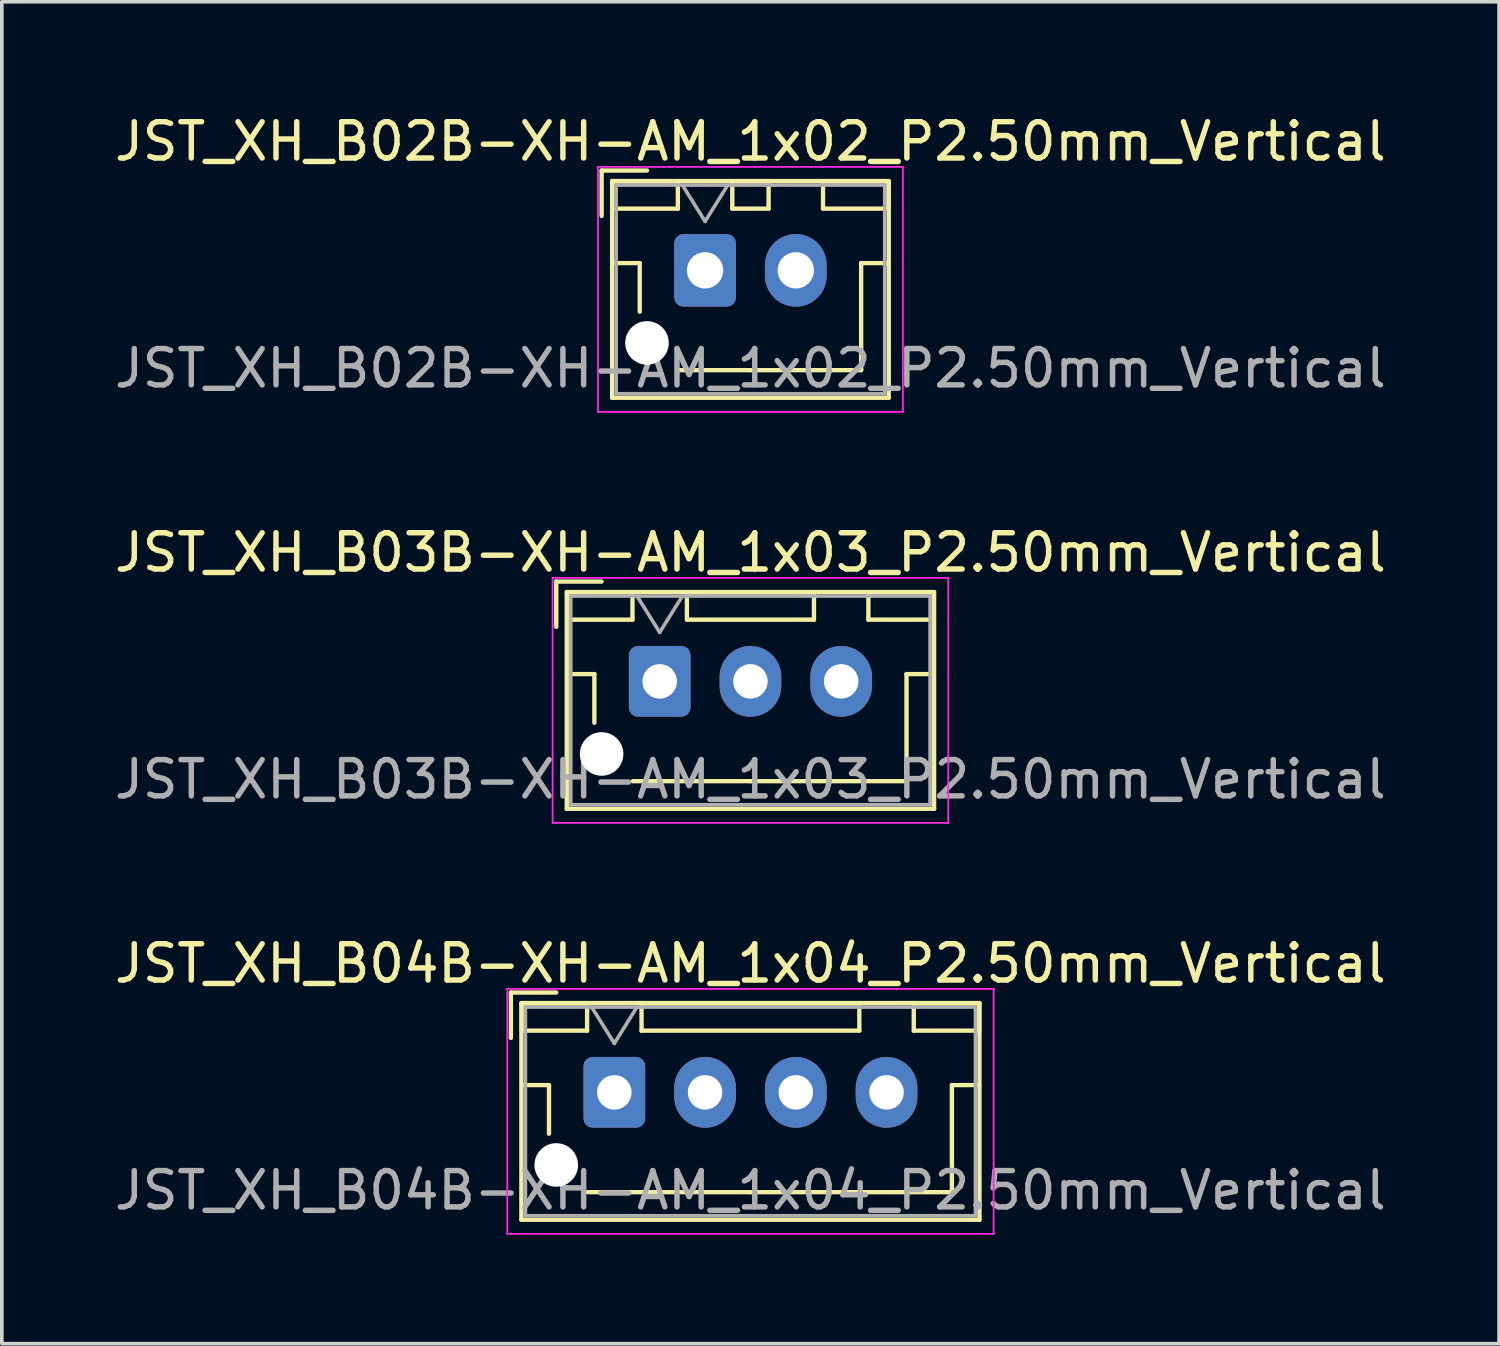
<source format=kicad_pcb>
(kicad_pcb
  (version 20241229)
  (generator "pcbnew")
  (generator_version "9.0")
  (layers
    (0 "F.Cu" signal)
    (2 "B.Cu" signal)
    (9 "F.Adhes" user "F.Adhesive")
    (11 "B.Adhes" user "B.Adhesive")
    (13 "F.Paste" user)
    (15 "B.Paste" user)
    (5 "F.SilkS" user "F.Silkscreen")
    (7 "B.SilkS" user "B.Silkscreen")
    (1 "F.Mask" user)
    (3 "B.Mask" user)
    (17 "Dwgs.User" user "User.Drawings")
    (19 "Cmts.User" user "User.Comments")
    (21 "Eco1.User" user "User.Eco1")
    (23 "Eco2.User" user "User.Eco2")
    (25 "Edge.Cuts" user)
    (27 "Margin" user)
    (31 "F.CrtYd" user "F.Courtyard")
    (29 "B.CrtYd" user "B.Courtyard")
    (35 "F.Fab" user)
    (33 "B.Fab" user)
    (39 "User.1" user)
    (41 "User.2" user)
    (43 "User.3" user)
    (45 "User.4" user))
  (footprint "JST_XH_B03B-XH-AM_1x03_P2.50mm_Vertical"
    (layer "F.Cu")
    (at 15.125 15.722)
    (property "Reference" "JST_XH_B03B-XH-AM_1x03_P2.50mm_Vertical" (at 2.5 -3.55 0) (layer "F.SilkS") (effects (font (size 1 1) (thickness 0.15))))
    (attr through_hole)
    (fp_line (start -2.85 -2.75) (end -2.85 -1.5) (stroke (width 0.12) (type solid)) (layer "F.SilkS"))
    (fp_line (start -2.56 -2.46) (end -2.56 3.51) (stroke (width 0.12) (type solid)) (layer "F.SilkS"))
    (fp_line (start -2.56 3.51) (end 7.56 3.51) (stroke (width 0.12) (type solid)) (layer "F.SilkS"))
    (fp_line (start -2.55 -2.45) (end -2.55 -1.7) (stroke (width 0.12) (type solid)) (layer "F.SilkS"))
    (fp_line (start -2.55 -1.7) (end -0.75 -1.7) (stroke (width 0.12) (type solid)) (layer "F.SilkS"))
    (fp_line (start -2.55 -0.2) (end -1.8 -0.2) (stroke (width 0.12) (type solid)) (layer "F.SilkS"))
    (fp_line (start -1.8 -0.2) (end -1.8 1.14) (stroke (width 0.12) (type solid)) (layer "F.SilkS"))
    (fp_line (start -1.6 -2.75) (end -2.85 -2.75) (stroke (width 0.12) (type solid)) (layer "F.SilkS"))
    (fp_line (start -0.75 -2.45) (end -2.55 -2.45) (stroke (width 0.12) (type solid)) (layer "F.SilkS"))
    (fp_line (start -0.75 -1.7) (end -0.75 -2.45) (stroke (width 0.12) (type solid)) (layer "F.SilkS"))
    (fp_line (start 0.75 -2.45) (end 0.75 -1.7) (stroke (width 0.12) (type solid)) (layer "F.SilkS"))
    (fp_line (start 0.75 -1.7) (end 4.25 -1.7) (stroke (width 0.12) (type solid)) (layer "F.SilkS"))
    (fp_line (start 2.5 2.75) (end -0.74 2.75) (stroke (width 0.12) (type solid)) (layer "F.SilkS"))
    (fp_line (start 4.25 -2.45) (end 0.75 -2.45) (stroke (width 0.12) (type solid)) (layer "F.SilkS"))
    (fp_line (start 4.25 -1.7) (end 4.25 -2.45) (stroke (width 0.12) (type solid)) (layer "F.SilkS"))
    (fp_line (start 5.75 -2.45) (end 5.75 -1.7) (stroke (width 0.12) (type solid)) (layer "F.SilkS"))
    (fp_line (start 5.75 -1.7) (end 7.55 -1.7) (stroke (width 0.12) (type solid)) (layer "F.SilkS"))
    (fp_line (start 6.8 -0.2) (end 6.8 2.75) (stroke (width 0.12) (type solid)) (layer "F.SilkS"))
    (fp_line (start 6.8 2.75) (end 2.5 2.75) (stroke (width 0.12) (type solid)) (layer "F.SilkS"))
    (fp_line (start 7.55 -2.45) (end 5.75 -2.45) (stroke (width 0.12) (type solid)) (layer "F.SilkS"))
    (fp_line (start 7.55 -1.7) (end 7.55 -2.45) (stroke (width 0.12) (type solid)) (layer "F.SilkS"))
    (fp_line (start 7.55 -0.2) (end 6.8 -0.2) (stroke (width 0.12) (type solid)) (layer "F.SilkS"))
    (fp_line (start 7.56 -2.46) (end -2.56 -2.46) (stroke (width 0.12) (type solid)) (layer "F.SilkS"))
    (fp_line (start 7.56 3.51) (end 7.56 -2.46) (stroke (width 0.12) (type solid)) (layer "F.SilkS"))
    (fp_line (start -2.95 -2.85) (end -2.95 3.9) (stroke (width 0.05) (type solid)) (layer "F.CrtYd"))
    (fp_line (start -2.95 3.9) (end 7.95 3.9) (stroke (width 0.05) (type solid)) (layer "F.CrtYd"))
    (fp_line (start 7.95 -2.85) (end -2.95 -2.85) (stroke (width 0.05) (type solid)) (layer "F.CrtYd"))
    (fp_line (start 7.95 3.9) (end 7.95 -2.85) (stroke (width 0.05) (type solid)) (layer "F.CrtYd"))
    (fp_line (start -2.45 -2.35) (end -2.45 3.4) (stroke (width 0.1) (type solid)) (layer "F.Fab"))
    (fp_line (start -2.45 3.4) (end 7.45 3.4) (stroke (width 0.1) (type solid)) (layer "F.Fab"))
    (fp_line (start -0.625 -2.35) (end 0 -1.35) (stroke (width 0.1) (type solid)) (layer "F.Fab"))
    (fp_line (start 0 -1.35) (end 0.625 -2.35) (stroke (width 0.1) (type solid)) (layer "F.Fab"))
    (fp_line (start 7.45 -2.35) (end -2.45 -2.35) (stroke (width 0.1) (type solid)) (layer "F.Fab"))
    (fp_line (start 7.45 3.4) (end 7.45 -2.35) (stroke (width 0.1) (type solid)) (layer "F.Fab"))
    (fp_text user "${REFERENCE}" (at 2.5 2.7 0) (layer "F.Fab") (effects (font (size 1 1) (thickness 0.15))))
    (pad "" np_thru_hole circle (at -1.6 2) (size 1.2 1.2) (drill 1.2) (layers "*.Cu" "*.Mask"))
    (pad "1" thru_hole roundrect (at 0 0) (size 1.7 1.95) (drill 0.95) (layers "*.Cu" "*.Mask") (roundrect_rratio 0.147))
    (pad "2" thru_hole oval (at 2.5 0) (size 1.7 1.95) (drill 0.95) (layers "*.Cu" "*.Mask"))
    (pad "3" thru_hole oval (at 5 0) (size 1.7 1.95) (drill 0.95) (layers "*.Cu" "*.Mask")))
  (footprint "JST_XH_B04B-XH-AM_1x04_P2.50mm_Vertical"
    (layer "F.Cu")
    (at 13.875 27.045)
    (property "Reference" "JST_XH_B04B-XH-AM_1x04_P2.50mm_Vertical" (at 3.75 -3.55 0) (layer "F.SilkS") (effects (font (size 1 1) (thickness 0.15))))
    (attr through_hole)
    (fp_line (start -2.85 -2.75) (end -2.85 -1.5) (stroke (width 0.12) (type solid)) (layer "F.SilkS"))
    (fp_line (start -2.56 -2.46) (end -2.56 3.51) (stroke (width 0.12) (type solid)) (layer "F.SilkS"))
    (fp_line (start -2.56 3.51) (end 10.06 3.51) (stroke (width 0.12) (type solid)) (layer "F.SilkS"))
    (fp_line (start -2.55 -2.45) (end -2.55 -1.7) (stroke (width 0.12) (type solid)) (layer "F.SilkS"))
    (fp_line (start -2.55 -1.7) (end -0.75 -1.7) (stroke (width 0.12) (type solid)) (layer "F.SilkS"))
    (fp_line (start -2.55 -0.2) (end -1.8 -0.2) (stroke (width 0.12) (type solid)) (layer "F.SilkS"))
    (fp_line (start -1.8 -0.2) (end -1.8 1.14) (stroke (width 0.12) (type solid)) (layer "F.SilkS"))
    (fp_line (start -1.6 -2.75) (end -2.85 -2.75) (stroke (width 0.12) (type solid)) (layer "F.SilkS"))
    (fp_line (start -0.75 -2.45) (end -2.55 -2.45) (stroke (width 0.12) (type solid)) (layer "F.SilkS"))
    (fp_line (start -0.75 -1.7) (end -0.75 -2.45) (stroke (width 0.12) (type solid)) (layer "F.SilkS"))
    (fp_line (start 0.75 -2.45) (end 0.75 -1.7) (stroke (width 0.12) (type solid)) (layer "F.SilkS"))
    (fp_line (start 0.75 -1.7) (end 6.75 -1.7) (stroke (width 0.12) (type solid)) (layer "F.SilkS"))
    (fp_line (start 3.75 2.75) (end -0.74 2.75) (stroke (width 0.12) (type solid)) (layer "F.SilkS"))
    (fp_line (start 6.75 -2.45) (end 0.75 -2.45) (stroke (width 0.12) (type solid)) (layer "F.SilkS"))
    (fp_line (start 6.75 -1.7) (end 6.75 -2.45) (stroke (width 0.12) (type solid)) (layer "F.SilkS"))
    (fp_line (start 8.25 -2.45) (end 8.25 -1.7) (stroke (width 0.12) (type solid)) (layer "F.SilkS"))
    (fp_line (start 8.25 -1.7) (end 10.05 -1.7) (stroke (width 0.12) (type solid)) (layer "F.SilkS"))
    (fp_line (start 9.3 -0.2) (end 9.3 2.75) (stroke (width 0.12) (type solid)) (layer "F.SilkS"))
    (fp_line (start 9.3 2.75) (end 3.75 2.75) (stroke (width 0.12) (type solid)) (layer "F.SilkS"))
    (fp_line (start 10.05 -2.45) (end 8.25 -2.45) (stroke (width 0.12) (type solid)) (layer "F.SilkS"))
    (fp_line (start 10.05 -1.7) (end 10.05 -2.45) (stroke (width 0.12) (type solid)) (layer "F.SilkS"))
    (fp_line (start 10.05 -0.2) (end 9.3 -0.2) (stroke (width 0.12) (type solid)) (layer "F.SilkS"))
    (fp_line (start 10.06 -2.46) (end -2.56 -2.46) (stroke (width 0.12) (type solid)) (layer "F.SilkS"))
    (fp_line (start 10.06 3.51) (end 10.06 -2.46) (stroke (width 0.12) (type solid)) (layer "F.SilkS"))
    (fp_line (start -2.95 -2.85) (end -2.95 3.9) (stroke (width 0.05) (type solid)) (layer "F.CrtYd"))
    (fp_line (start -2.95 3.9) (end 10.45 3.9) (stroke (width 0.05) (type solid)) (layer "F.CrtYd"))
    (fp_line (start 10.45 -2.85) (end -2.95 -2.85) (stroke (width 0.05) (type solid)) (layer "F.CrtYd"))
    (fp_line (start 10.45 3.9) (end 10.45 -2.85) (stroke (width 0.05) (type solid)) (layer "F.CrtYd"))
    (fp_line (start -2.45 -2.35) (end -2.45 3.4) (stroke (width 0.1) (type solid)) (layer "F.Fab"))
    (fp_line (start -2.45 3.4) (end 9.95 3.4) (stroke (width 0.1) (type solid)) (layer "F.Fab"))
    (fp_line (start -0.625 -2.35) (end 0 -1.35) (stroke (width 0.1) (type solid)) (layer "F.Fab"))
    (fp_line (start 0 -1.35) (end 0.625 -2.35) (stroke (width 0.1) (type solid)) (layer "F.Fab"))
    (fp_line (start 9.95 -2.35) (end -2.45 -2.35) (stroke (width 0.1) (type solid)) (layer "F.Fab"))
    (fp_line (start 9.95 3.4) (end 9.95 -2.35) (stroke (width 0.1) (type solid)) (layer "F.Fab"))
    (fp_text user "${REFERENCE}" (at 3.75 2.7 0) (layer "F.Fab") (effects (font (size 1 1) (thickness 0.15))))
    (pad "" np_thru_hole circle (at -1.6 2) (size 1.2 1.2) (drill 1.2) (layers "*.Cu" "*.Mask"))
    (pad "1" thru_hole roundrect (at 0 0) (size 1.7 1.95) (drill 0.95) (layers "*.Cu" "*.Mask") (roundrect_rratio 0.147))
    (pad "2" thru_hole oval (at 2.5 0) (size 1.7 1.95) (drill 0.95) (layers "*.Cu" "*.Mask"))
    (pad "3" thru_hole oval (at 5 0) (size 1.7 1.95) (drill 0.95) (layers "*.Cu" "*.Mask"))
    (pad "4" thru_hole oval (at 7.5 0) (size 1.7 1.95) (drill 0.95) (layers "*.Cu" "*.Mask")))
  (footprint "JST_XH_B02B-XH-AM_1x02_P2.50mm_Vertical"
    (layer "F.Cu")
    (at 16.375 4.398)
    (property "Reference" "JST_XH_B02B-XH-AM_1x02_P2.50mm_Vertical" (at 1.25 -3.55 0) (layer "F.SilkS") (effects (font (size 1 1) (thickness 0.15))))
    (attr through_hole)
    (fp_line (start -2.85 -2.75) (end -2.85 -1.5) (stroke (width 0.12) (type solid)) (layer "F.SilkS"))
    (fp_line (start -2.56 -2.46) (end -2.56 3.51) (stroke (width 0.12) (type solid)) (layer "F.SilkS"))
    (fp_line (start -2.56 3.51) (end 5.06 3.51) (stroke (width 0.12) (type solid)) (layer "F.SilkS"))
    (fp_line (start -2.55 -2.45) (end -2.55 -1.7) (stroke (width 0.12) (type solid)) (layer "F.SilkS"))
    (fp_line (start -2.55 -1.7) (end -0.75 -1.7) (stroke (width 0.12) (type solid)) (layer "F.SilkS"))
    (fp_line (start -2.55 -0.2) (end -1.8 -0.2) (stroke (width 0.12) (type solid)) (layer "F.SilkS"))
    (fp_line (start -1.8 -0.2) (end -1.8 1.14) (stroke (width 0.12) (type solid)) (layer "F.SilkS"))
    (fp_line (start -1.6 -2.75) (end -2.85 -2.75) (stroke (width 0.12) (type solid)) (layer "F.SilkS"))
    (fp_line (start -0.75 -2.45) (end -2.55 -2.45) (stroke (width 0.12) (type solid)) (layer "F.SilkS"))
    (fp_line (start -0.75 -1.7) (end -0.75 -2.45) (stroke (width 0.12) (type solid)) (layer "F.SilkS"))
    (fp_line (start 0.75 -2.45) (end 0.75 -1.7) (stroke (width 0.12) (type solid)) (layer "F.SilkS"))
    (fp_line (start 0.75 -1.7) (end 1.75 -1.7) (stroke (width 0.12) (type solid)) (layer "F.SilkS"))
    (fp_line (start 1.25 2.75) (end -0.74 2.75) (stroke (width 0.12) (type solid)) (layer "F.SilkS"))
    (fp_line (start 1.75 -2.45) (end 0.75 -2.45) (stroke (width 0.12) (type solid)) (layer "F.SilkS"))
    (fp_line (start 1.75 -1.7) (end 1.75 -2.45) (stroke (width 0.12) (type solid)) (layer "F.SilkS"))
    (fp_line (start 3.25 -2.45) (end 3.25 -1.7) (stroke (width 0.12) (type solid)) (layer "F.SilkS"))
    (fp_line (start 3.25 -1.7) (end 5.05 -1.7) (stroke (width 0.12) (type solid)) (layer "F.SilkS"))
    (fp_line (start 4.3 -0.2) (end 4.3 2.75) (stroke (width 0.12) (type solid)) (layer "F.SilkS"))
    (fp_line (start 4.3 2.75) (end 1.25 2.75) (stroke (width 0.12) (type solid)) (layer "F.SilkS"))
    (fp_line (start 5.05 -2.45) (end 3.25 -2.45) (stroke (width 0.12) (type solid)) (layer "F.SilkS"))
    (fp_line (start 5.05 -1.7) (end 5.05 -2.45) (stroke (width 0.12) (type solid)) (layer "F.SilkS"))
    (fp_line (start 5.05 -0.2) (end 4.3 -0.2) (stroke (width 0.12) (type solid)) (layer "F.SilkS"))
    (fp_line (start 5.06 -2.46) (end -2.56 -2.46) (stroke (width 0.12) (type solid)) (layer "F.SilkS"))
    (fp_line (start 5.06 3.51) (end 5.06 -2.46) (stroke (width 0.12) (type solid)) (layer "F.SilkS"))
    (fp_line (start -2.95 -2.85) (end -2.95 3.9) (stroke (width 0.05) (type solid)) (layer "F.CrtYd"))
    (fp_line (start -2.95 3.9) (end 5.45 3.9) (stroke (width 0.05) (type solid)) (layer "F.CrtYd"))
    (fp_line (start 5.45 -2.85) (end -2.95 -2.85) (stroke (width 0.05) (type solid)) (layer "F.CrtYd"))
    (fp_line (start 5.45 3.9) (end 5.45 -2.85) (stroke (width 0.05) (type solid)) (layer "F.CrtYd"))
    (fp_line (start -2.45 -2.35) (end -2.45 3.4) (stroke (width 0.1) (type solid)) (layer "F.Fab"))
    (fp_line (start -2.45 3.4) (end 4.95 3.4) (stroke (width 0.1) (type solid)) (layer "F.Fab"))
    (fp_line (start -0.625 -2.35) (end 0 -1.35) (stroke (width 0.1) (type solid)) (layer "F.Fab"))
    (fp_line (start 0 -1.35) (end 0.625 -2.35) (stroke (width 0.1) (type solid)) (layer "F.Fab"))
    (fp_line (start 4.95 -2.35) (end -2.45 -2.35) (stroke (width 0.1) (type solid)) (layer "F.Fab"))
    (fp_line (start 4.95 3.4) (end 4.95 -2.35) (stroke (width 0.1) (type solid)) (layer "F.Fab"))
    (fp_text user "${REFERENCE}" (at 1.25 2.7 0) (layer "F.Fab") (effects (font (size 1 1) (thickness 0.15))))
    (pad "" np_thru_hole circle (at -1.6 2) (size 1.2 1.2) (drill 1.2) (layers "*.Cu" "*.Mask"))
    (pad "1" thru_hole roundrect (at 0 0) (size 1.7 2) (drill 1) (layers "*.Cu" "*.Mask") (roundrect_rratio 0.147))
    (pad "2" thru_hole oval (at 2.5 0) (size 1.7 2) (drill 1) (layers "*.Cu" "*.Mask")))
  (gr_rect
    (start -3 -3)
    (end 38.25 33.97)
    (stroke (width 0.1) (type default))
    (fill no)
    (layer "Edge.Cuts")))
</source>
